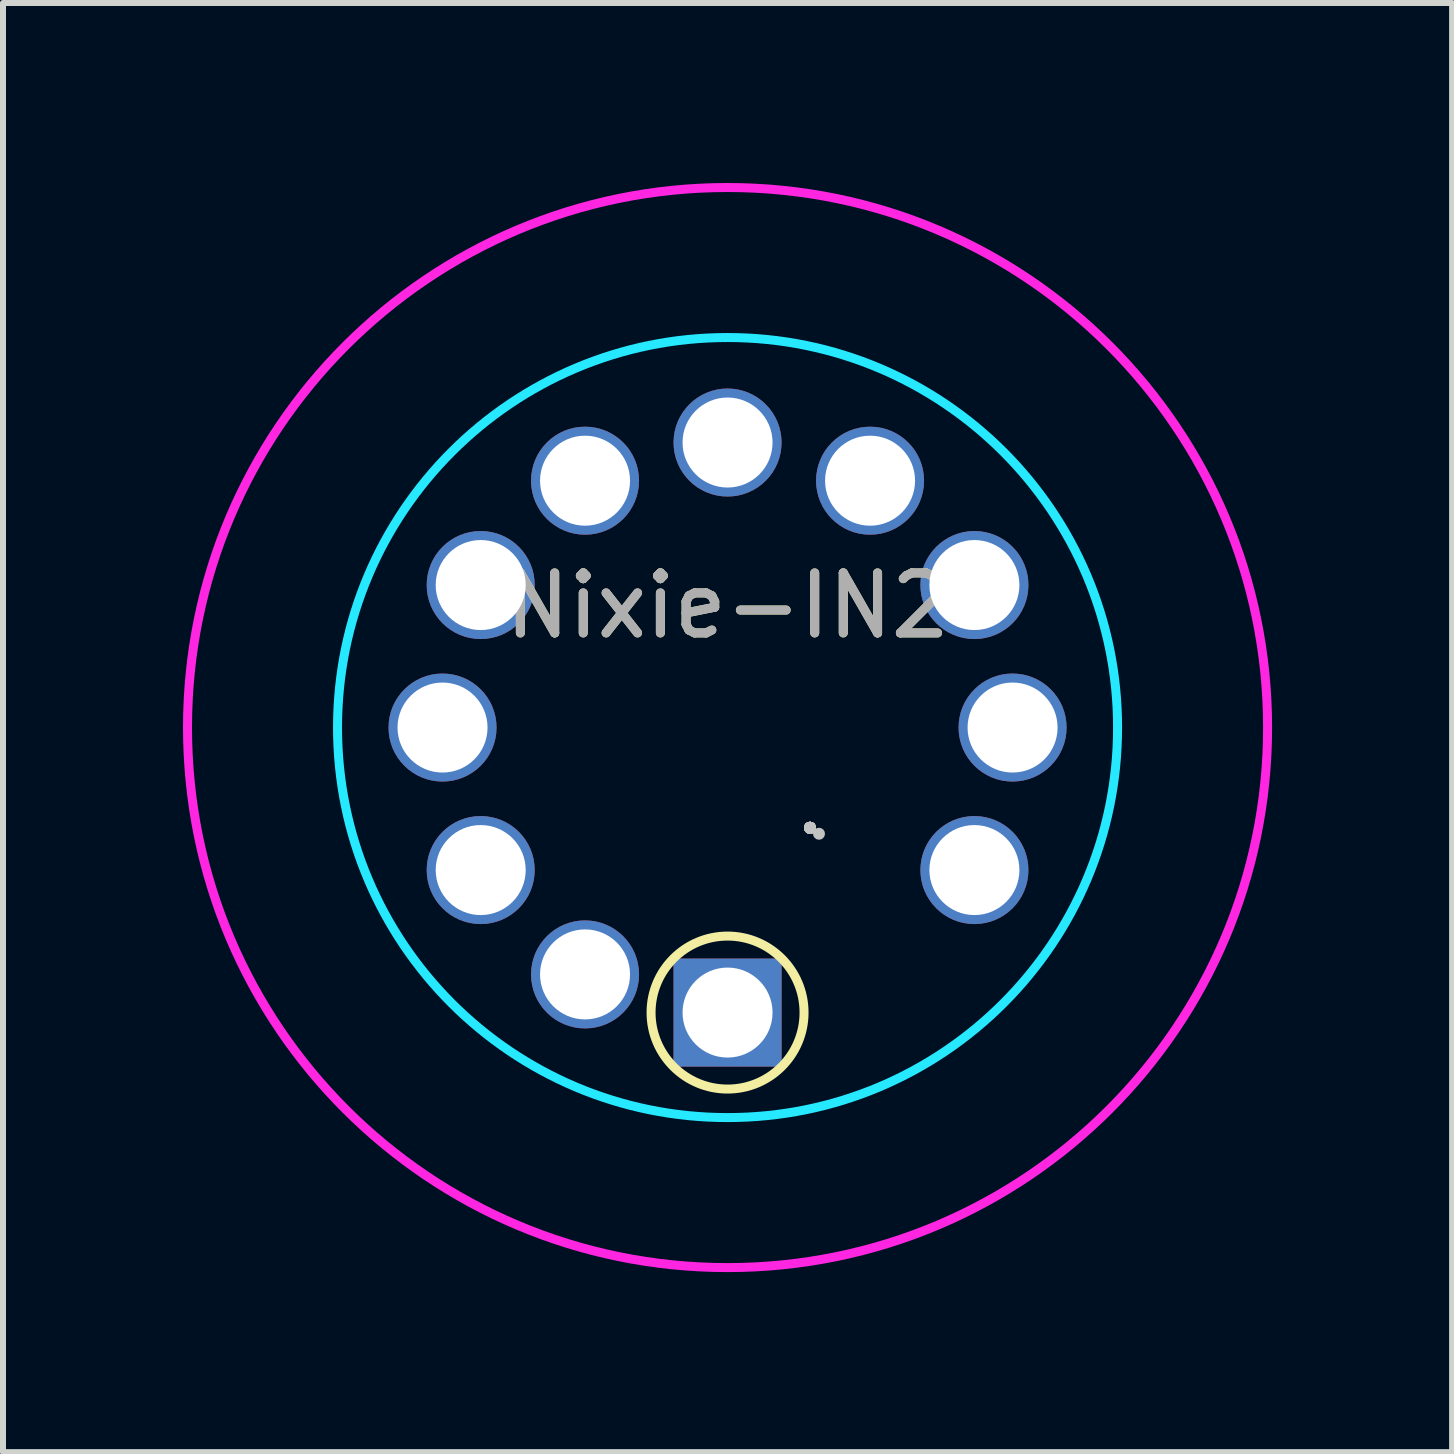
<source format=kicad_pcb>
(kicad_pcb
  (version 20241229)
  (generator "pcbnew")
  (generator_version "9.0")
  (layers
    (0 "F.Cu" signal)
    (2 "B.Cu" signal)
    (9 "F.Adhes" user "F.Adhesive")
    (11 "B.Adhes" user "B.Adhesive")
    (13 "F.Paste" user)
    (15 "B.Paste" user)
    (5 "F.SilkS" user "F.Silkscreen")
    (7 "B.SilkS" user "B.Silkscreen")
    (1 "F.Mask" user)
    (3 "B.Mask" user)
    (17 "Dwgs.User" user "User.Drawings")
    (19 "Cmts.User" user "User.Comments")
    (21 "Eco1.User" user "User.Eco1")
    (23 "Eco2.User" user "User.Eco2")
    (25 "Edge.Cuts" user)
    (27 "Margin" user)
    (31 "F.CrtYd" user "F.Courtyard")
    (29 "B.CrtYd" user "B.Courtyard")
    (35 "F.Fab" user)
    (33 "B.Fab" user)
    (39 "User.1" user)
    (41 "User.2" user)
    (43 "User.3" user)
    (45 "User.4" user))
  (footprint "Nixie-IN2"
    (layer "F.Cu")
    (at 9.075 9.075)
    (property "Reference" "Nixie-IN2" (at 0 -2.032 0) (layer "F.SilkS") (effects (font (size 1 1) (thickness 0.15))))
    (attr through_hole)
    (fp_circle (center 0 4.75) (end -0.25 6) (stroke (width 0.15) (type solid)) (fill no) (layer "F.SilkS"))
    (fp_circle (center 1.374 1.67) (end 1.374 1.67) (stroke (width 0.1) (type solid)) (fill no) (layer "Dwgs.User"))
    (fp_circle (center 1.374 1.67) (end 1.374 1.67) (stroke (width 0.1) (type solid)) (fill no) (layer "Dwgs.User"))
    (fp_circle (center 1.374 1.67) (end 1.374 1.67) (stroke (width 0.1) (type solid)) (fill no) (layer "Dwgs.User"))
    (fp_circle (center 1.374 1.67) (end 1.374 1.67) (stroke (width 0.1) (type solid)) (fill no) (layer "Dwgs.User"))
    (fp_circle (center 1.374 1.67) (end 1.374 1.67) (stroke (width 0.1) (type solid)) (fill no) (layer "Dwgs.User"))
    (fp_circle (center 1.374 1.67) (end 1.374 1.67) (stroke (width 0.1) (type solid)) (fill no) (layer "Dwgs.User"))
    (fp_circle (center 1.374 1.67) (end 1.374 1.67) (stroke (width 0.1) (type solid)) (fill no) (layer "Dwgs.User"))
    (fp_circle (center 1.374 1.67) (end 1.374 1.67) (stroke (width 0.1) (type solid)) (fill no) (layer "Dwgs.User"))
    (fp_circle (center 1.374 1.67) (end 1.374 1.67) (stroke (width 0.1) (type solid)) (fill no) (layer "Dwgs.User"))
    (fp_circle (center 1.374 1.67) (end 1.374 1.67) (stroke (width 0.1) (type solid)) (fill no) (layer "Dwgs.User"))
    (fp_circle (center 1.374 1.67) (end 1.374 1.67) (stroke (width 0.1) (type solid)) (fill no) (layer "Dwgs.User"))
    (fp_circle (center 1.374 1.67) (end 1.374 1.67) (stroke (width 0.1) (type solid)) (fill no) (layer "Dwgs.User"))
    (fp_circle (center 1.374 1.67) (end 1.374 1.67) (stroke (width 0.1) (type solid)) (fill no) (layer "Dwgs.User"))
    (fp_circle (center 1.524 1.77) (end 1.524 1.77) (stroke (width 0.1) (type solid)) (fill no) (layer "Dwgs.User"))
    (fp_circle (center 0 0) (end 6.5 0) (stroke (width 0.15) (type solid)) (fill no) (layer "B.CrtYd"))
    (fp_circle (center 0 0) (end 9 0) (stroke (width 0.15) (type solid)) (fill no) (layer "F.CrtYd"))
    (fp_text user "${REFERENCE}" (at 0 -2.032 0) (layer "F.Fab") (effects (font (size 1 1) (thickness 0.15))))
    (pad "1" thru_hole rect (at 0 4.75) (size 1.8 1.8) (drill 1.5) (layers "*.Cu" "*.Mask"))
    (pad "2" thru_hole circle (at -2.375 4.114) (size 1.8 1.8) (drill 1.5) (layers "*.Cu" "*.Mask"))
    (pad "3" thru_hole circle (at -4.114 2.375) (size 1.8 1.8) (drill 1.5) (layers "*.Cu" "*.Mask"))
    (pad "4" thru_hole circle (at -4.75 0) (size 1.8 1.8) (drill 1.5) (layers "*.Cu" "*.Mask"))
    (pad "5" thru_hole circle (at -4.114 -2.375) (size 1.8 1.8) (drill 1.5) (layers "*.Cu" "*.Mask"))
    (pad "6" thru_hole circle (at -2.375 -4.114) (size 1.8 1.8) (drill 1.5) (layers "*.Cu" "*.Mask"))
    (pad "7" thru_hole circle (at 0 -4.75) (size 1.8 1.8) (drill 1.5) (layers "*.Cu" "*.Mask"))
    (pad "8" thru_hole circle (at 2.375 -4.114) (size 1.8 1.8) (drill 1.5) (layers "*.Cu" "*.Mask"))
    (pad "9" thru_hole circle (at 4.114 -2.375) (size 1.8 1.8) (drill 1.5) (layers "*.Cu" "*.Mask"))
    (pad "10" thru_hole circle (at 4.75 0) (size 1.8 1.8) (drill 1.5) (layers "*.Cu" "*.Mask"))
    (pad "11" thru_hole circle (at 4.114 2.375) (size 1.8 1.8) (drill 1.5) (layers "*.Cu" "*.Mask")))
  (gr_rect
    (start -3 -3)
    (end 21.15 21.15)
    (stroke (width 0.1) (type default))
    (fill no)
    (layer "Edge.Cuts")))
</source>
